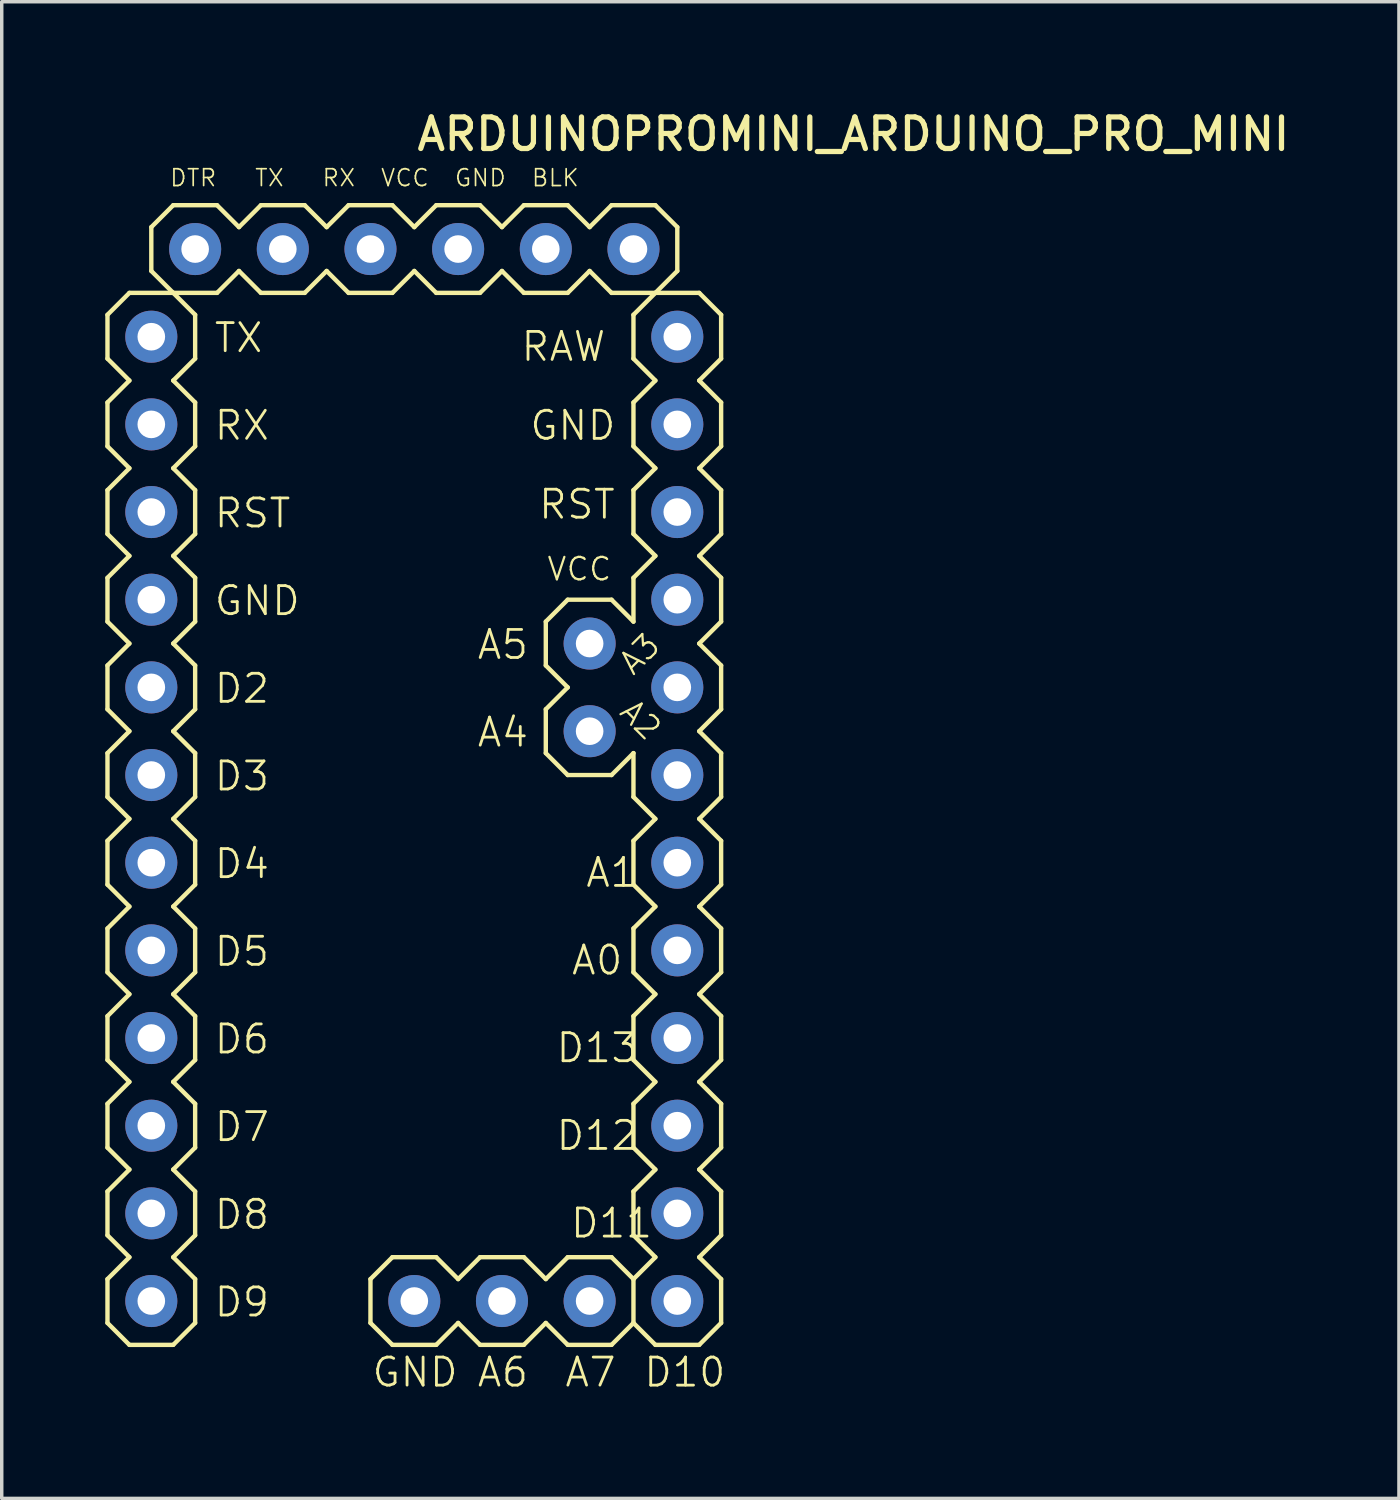
<source format=kicad_pcb>
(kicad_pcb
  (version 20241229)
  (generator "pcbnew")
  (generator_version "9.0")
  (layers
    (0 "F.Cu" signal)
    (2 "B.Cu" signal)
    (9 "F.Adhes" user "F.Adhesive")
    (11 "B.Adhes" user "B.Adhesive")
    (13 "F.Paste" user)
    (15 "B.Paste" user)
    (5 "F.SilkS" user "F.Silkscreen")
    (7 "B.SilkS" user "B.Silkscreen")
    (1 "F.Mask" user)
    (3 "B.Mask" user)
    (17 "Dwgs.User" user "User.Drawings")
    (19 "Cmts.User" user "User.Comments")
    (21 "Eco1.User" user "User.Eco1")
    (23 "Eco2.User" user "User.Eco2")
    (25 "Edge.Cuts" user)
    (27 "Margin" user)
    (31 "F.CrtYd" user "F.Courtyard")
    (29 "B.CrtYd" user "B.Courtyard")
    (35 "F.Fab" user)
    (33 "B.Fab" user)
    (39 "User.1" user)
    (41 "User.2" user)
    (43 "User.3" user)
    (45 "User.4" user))
  (footprint "ARDUINOPROMINI_ARDUINO_PRO_MINI"
    (layer "F.Cu")
    (at 5.144 15.596)
    (property "Reference" "ARDUINOPROMINI_ARDUINO_PRO_MINI" (at 3.81 -14.224 0) (unlocked yes) (layer "F.SilkS") (effects (font (size 0.914 0.914) (thickness 0.152)) (justify left bottom)))
    (fp_line (start -5.08 -9.525) (end -5.08 -8.255) (stroke (width 0.127) (type default)) (layer "F.SilkS"))
    (fp_line (start -5.08 -8.255) (end -4.445 -7.62) (stroke (width 0.127) (type default)) (layer "F.SilkS"))
    (fp_line (start -5.08 -6.985) (end -5.08 -5.715) (stroke (width 0.127) (type default)) (layer "F.SilkS"))
    (fp_line (start -5.08 -5.715) (end -4.445 -5.08) (stroke (width 0.127) (type default)) (layer "F.SilkS"))
    (fp_line (start -5.08 -4.445) (end -5.08 -3.175) (stroke (width 0.127) (type default)) (layer "F.SilkS"))
    (fp_line (start -5.08 -3.175) (end -4.445 -2.54) (stroke (width 0.127) (type default)) (layer "F.SilkS"))
    (fp_line (start -5.08 -1.905) (end -5.08 -0.635) (stroke (width 0.127) (type default)) (layer "F.SilkS"))
    (fp_line (start -5.08 -0.635) (end -4.445 0) (stroke (width 0.127) (type default)) (layer "F.SilkS"))
    (fp_line (start -5.08 0.635) (end -5.08 1.905) (stroke (width 0.127) (type default)) (layer "F.SilkS"))
    (fp_line (start -5.08 1.905) (end -4.445 2.54) (stroke (width 0.127) (type default)) (layer "F.SilkS"))
    (fp_line (start -5.08 3.175) (end -5.08 4.445) (stroke (width 0.127) (type default)) (layer "F.SilkS"))
    (fp_line (start -5.08 4.445) (end -4.445 5.08) (stroke (width 0.127) (type default)) (layer "F.SilkS"))
    (fp_line (start -5.08 5.715) (end -5.08 6.985) (stroke (width 0.127) (type default)) (layer "F.SilkS"))
    (fp_line (start -5.08 6.985) (end -4.445 7.62) (stroke (width 0.127) (type default)) (layer "F.SilkS"))
    (fp_line (start -5.08 8.255) (end -5.08 9.525) (stroke (width 0.127) (type default)) (layer "F.SilkS"))
    (fp_line (start -5.08 9.525) (end -4.445 10.16) (stroke (width 0.127) (type default)) (layer "F.SilkS"))
    (fp_line (start -5.08 10.795) (end -5.08 12.065) (stroke (width 0.127) (type default)) (layer "F.SilkS"))
    (fp_line (start -5.08 12.065) (end -4.445 12.7) (stroke (width 0.127) (type default)) (layer "F.SilkS"))
    (fp_line (start -5.08 13.335) (end -5.08 14.605) (stroke (width 0.127) (type default)) (layer "F.SilkS"))
    (fp_line (start -5.08 14.605) (end -4.445 15.24) (stroke (width 0.127) (type default)) (layer "F.SilkS"))
    (fp_line (start -5.08 15.875) (end -5.08 17.145) (stroke (width 0.127) (type default)) (layer "F.SilkS"))
    (fp_line (start -5.08 17.145) (end -4.445 17.78) (stroke (width 0.127) (type default)) (layer "F.SilkS"))
    (fp_line (start -5.08 18.415) (end -5.08 19.685) (stroke (width 0.127) (type default)) (layer "F.SilkS"))
    (fp_line (start -5.08 19.685) (end -4.445 20.32) (stroke (width 0.127) (type default)) (layer "F.SilkS"))
    (fp_line (start -4.445 -10.16) (end -5.08 -9.525) (stroke (width 0.127) (type default)) (layer "F.SilkS"))
    (fp_line (start -4.445 -7.62) (end -5.08 -6.985) (stroke (width 0.127) (type default)) (layer "F.SilkS"))
    (fp_line (start -4.445 -5.08) (end -5.08 -4.445) (stroke (width 0.127) (type default)) (layer "F.SilkS"))
    (fp_line (start -4.445 -2.54) (end -5.08 -1.905) (stroke (width 0.127) (type default)) (layer "F.SilkS"))
    (fp_line (start -4.445 0) (end -5.08 0.635) (stroke (width 0.127) (type default)) (layer "F.SilkS"))
    (fp_line (start -4.445 2.54) (end -5.08 3.175) (stroke (width 0.127) (type default)) (layer "F.SilkS"))
    (fp_line (start -4.445 5.08) (end -5.08 5.715) (stroke (width 0.127) (type default)) (layer "F.SilkS"))
    (fp_line (start -4.445 7.62) (end -5.08 8.255) (stroke (width 0.127) (type default)) (layer "F.SilkS"))
    (fp_line (start -4.445 10.16) (end -5.08 10.795) (stroke (width 0.127) (type default)) (layer "F.SilkS"))
    (fp_line (start -4.445 12.7) (end -5.08 13.335) (stroke (width 0.127) (type default)) (layer "F.SilkS"))
    (fp_line (start -4.445 15.24) (end -5.08 15.875) (stroke (width 0.127) (type default)) (layer "F.SilkS"))
    (fp_line (start -4.445 17.78) (end -5.08 18.415) (stroke (width 0.127) (type default)) (layer "F.SilkS"))
    (fp_line (start -4.445 20.32) (end -3.175 20.32) (stroke (width 0.127) (type default)) (layer "F.SilkS"))
    (fp_line (start -3.81 -12.065) (end -3.81 -10.795) (stroke (width 0.127) (type default)) (layer "F.SilkS"))
    (fp_line (start -3.81 -10.795) (end -3.175 -10.16) (stroke (width 0.127) (type default)) (layer "F.SilkS"))
    (fp_line (start -3.175 -12.7) (end -3.81 -12.065) (stroke (width 0.127) (type default)) (layer "F.SilkS"))
    (fp_line (start -3.175 -10.16) (end -4.445 -10.16) (stroke (width 0.127) (type default)) (layer "F.SilkS"))
    (fp_line (start -3.175 -10.16) (end -1.905 -10.16) (stroke (width 0.127) (type default)) (layer "F.SilkS"))
    (fp_line (start -3.175 -7.62) (end -2.54 -8.255) (stroke (width 0.127) (type default)) (layer "F.SilkS"))
    (fp_line (start -3.175 -5.08) (end -2.54 -5.715) (stroke (width 0.127) (type default)) (layer "F.SilkS"))
    (fp_line (start -3.175 -2.54) (end -2.54 -3.175) (stroke (width 0.127) (type default)) (layer "F.SilkS"))
    (fp_line (start -3.175 0) (end -2.54 -0.635) (stroke (width 0.127) (type default)) (layer "F.SilkS"))
    (fp_line (start -3.175 2.54) (end -2.54 1.905) (stroke (width 0.127) (type default)) (layer "F.SilkS"))
    (fp_line (start -3.175 5.08) (end -2.54 4.445) (stroke (width 0.127) (type default)) (layer "F.SilkS"))
    (fp_line (start -3.175 7.62) (end -2.54 6.985) (stroke (width 0.127) (type default)) (layer "F.SilkS"))
    (fp_line (start -3.175 10.16) (end -2.54 9.525) (stroke (width 0.127) (type default)) (layer "F.SilkS"))
    (fp_line (start -3.175 12.7) (end -2.54 12.065) (stroke (width 0.127) (type default)) (layer "F.SilkS"))
    (fp_line (start -3.175 15.24) (end -2.54 14.605) (stroke (width 0.127) (type default)) (layer "F.SilkS"))
    (fp_line (start -3.175 17.78) (end -2.54 17.145) (stroke (width 0.127) (type default)) (layer "F.SilkS"))
    (fp_line (start -3.175 20.32) (end -2.54 19.685) (stroke (width 0.127) (type default)) (layer "F.SilkS"))
    (fp_line (start -2.54 -9.525) (end -3.175 -10.16) (stroke (width 0.127) (type default)) (layer "F.SilkS"))
    (fp_line (start -2.54 -8.255) (end -2.54 -9.525) (stroke (width 0.127) (type default)) (layer "F.SilkS"))
    (fp_line (start -2.54 -6.985) (end -3.175 -7.62) (stroke (width 0.127) (type default)) (layer "F.SilkS"))
    (fp_line (start -2.54 -5.715) (end -2.54 -6.985) (stroke (width 0.127) (type default)) (layer "F.SilkS"))
    (fp_line (start -2.54 -4.445) (end -3.175 -5.08) (stroke (width 0.127) (type default)) (layer "F.SilkS"))
    (fp_line (start -2.54 -3.175) (end -2.54 -4.445) (stroke (width 0.127) (type default)) (layer "F.SilkS"))
    (fp_line (start -2.54 -1.905) (end -3.175 -2.54) (stroke (width 0.127) (type default)) (layer "F.SilkS"))
    (fp_line (start -2.54 -0.635) (end -2.54 -1.905) (stroke (width 0.127) (type default)) (layer "F.SilkS"))
    (fp_line (start -2.54 0.635) (end -3.175 0) (stroke (width 0.127) (type default)) (layer "F.SilkS"))
    (fp_line (start -2.54 1.905) (end -2.54 0.635) (stroke (width 0.127) (type default)) (layer "F.SilkS"))
    (fp_line (start -2.54 3.175) (end -3.175 2.54) (stroke (width 0.127) (type default)) (layer "F.SilkS"))
    (fp_line (start -2.54 4.445) (end -2.54 3.175) (stroke (width 0.127) (type default)) (layer "F.SilkS"))
    (fp_line (start -2.54 5.715) (end -3.175 5.08) (stroke (width 0.127) (type default)) (layer "F.SilkS"))
    (fp_line (start -2.54 6.985) (end -2.54 5.715) (stroke (width 0.127) (type default)) (layer "F.SilkS"))
    (fp_line (start -2.54 8.255) (end -3.175 7.62) (stroke (width 0.127) (type default)) (layer "F.SilkS"))
    (fp_line (start -2.54 9.525) (end -2.54 8.255) (stroke (width 0.127) (type default)) (layer "F.SilkS"))
    (fp_line (start -2.54 10.795) (end -3.175 10.16) (stroke (width 0.127) (type default)) (layer "F.SilkS"))
    (fp_line (start -2.54 12.065) (end -2.54 10.795) (stroke (width 0.127) (type default)) (layer "F.SilkS"))
    (fp_line (start -2.54 13.335) (end -3.175 12.7) (stroke (width 0.127) (type default)) (layer "F.SilkS"))
    (fp_line (start -2.54 14.605) (end -2.54 13.335) (stroke (width 0.127) (type default)) (layer "F.SilkS"))
    (fp_line (start -2.54 15.875) (end -3.175 15.24) (stroke (width 0.127) (type default)) (layer "F.SilkS"))
    (fp_line (start -2.54 17.145) (end -2.54 15.875) (stroke (width 0.127) (type default)) (layer "F.SilkS"))
    (fp_line (start -2.54 18.415) (end -3.175 17.78) (stroke (width 0.127) (type default)) (layer "F.SilkS"))
    (fp_line (start -2.54 19.685) (end -2.54 18.415) (stroke (width 0.127) (type default)) (layer "F.SilkS"))
    (fp_line (start -1.905 -12.7) (end -3.175 -12.7) (stroke (width 0.127) (type default)) (layer "F.SilkS"))
    (fp_line (start -1.905 -10.16) (end -1.27 -10.795) (stroke (width 0.127) (type default)) (layer "F.SilkS"))
    (fp_line (start -1.27 -12.065) (end -1.905 -12.7) (stroke (width 0.127) (type default)) (layer "F.SilkS"))
    (fp_line (start -1.27 -10.795) (end -0.635 -10.16) (stroke (width 0.127) (type default)) (layer "F.SilkS"))
    (fp_line (start -0.635 -12.7) (end -1.27 -12.065) (stroke (width 0.127) (type default)) (layer "F.SilkS"))
    (fp_line (start -0.635 -10.16) (end 0.635 -10.16) (stroke (width 0.127) (type default)) (layer "F.SilkS"))
    (fp_line (start 0.635 -12.7) (end -0.635 -12.7) (stroke (width 0.127) (type default)) (layer "F.SilkS"))
    (fp_line (start 0.635 -10.16) (end 1.27 -10.795) (stroke (width 0.127) (type default)) (layer "F.SilkS"))
    (fp_line (start 1.27 -12.065) (end 0.635 -12.7) (stroke (width 0.127) (type default)) (layer "F.SilkS"))
    (fp_line (start 1.27 -10.795) (end 1.905 -10.16) (stroke (width 0.127) (type default)) (layer "F.SilkS"))
    (fp_line (start 1.905 -12.7) (end 1.27 -12.065) (stroke (width 0.127) (type default)) (layer "F.SilkS"))
    (fp_line (start 1.905 -10.16) (end 3.175 -10.16) (stroke (width 0.127) (type default)) (layer "F.SilkS"))
    (fp_line (start 2.54 18.415) (end 2.54 19.685) (stroke (width 0.127) (type default)) (layer "F.SilkS"))
    (fp_line (start 2.54 19.685) (end 3.175 20.32) (stroke (width 0.127) (type default)) (layer "F.SilkS"))
    (fp_line (start 3.175 -12.7) (end 1.905 -12.7) (stroke (width 0.127) (type default)) (layer "F.SilkS"))
    (fp_line (start 3.175 -10.16) (end 3.81 -10.795) (stroke (width 0.127) (type default)) (layer "F.SilkS"))
    (fp_line (start 3.175 17.78) (end 2.54 18.415) (stroke (width 0.127) (type default)) (layer "F.SilkS"))
    (fp_line (start 3.175 20.32) (end 4.445 20.32) (stroke (width 0.127) (type default)) (layer "F.SilkS"))
    (fp_line (start 3.81 -12.065) (end 3.175 -12.7) (stroke (width 0.127) (type default)) (layer "F.SilkS"))
    (fp_line (start 3.81 -10.795) (end 4.445 -10.16) (stroke (width 0.127) (type default)) (layer "F.SilkS"))
    (fp_line (start 4.445 -12.7) (end 3.81 -12.065) (stroke (width 0.127) (type default)) (layer "F.SilkS"))
    (fp_line (start 4.445 -10.16) (end 5.715 -10.16) (stroke (width 0.127) (type default)) (layer "F.SilkS"))
    (fp_line (start 4.445 17.78) (end 3.175 17.78) (stroke (width 0.127) (type default)) (layer "F.SilkS"))
    (fp_line (start 4.445 20.32) (end 5.08 19.685) (stroke (width 0.127) (type default)) (layer "F.SilkS"))
    (fp_line (start 5.08 18.415) (end 4.445 17.78) (stroke (width 0.127) (type default)) (layer "F.SilkS"))
    (fp_line (start 5.08 19.685) (end 5.715 20.32) (stroke (width 0.127) (type default)) (layer "F.SilkS"))
    (fp_line (start 5.715 -12.7) (end 4.445 -12.7) (stroke (width 0.127) (type default)) (layer "F.SilkS"))
    (fp_line (start 5.715 -10.16) (end 6.35 -10.795) (stroke (width 0.127) (type default)) (layer "F.SilkS"))
    (fp_line (start 5.715 17.78) (end 5.08 18.415) (stroke (width 0.127) (type default)) (layer "F.SilkS"))
    (fp_line (start 5.715 20.32) (end 6.985 20.32) (stroke (width 0.127) (type default)) (layer "F.SilkS"))
    (fp_line (start 6.35 -12.065) (end 5.715 -12.7) (stroke (width 0.127) (type default)) (layer "F.SilkS"))
    (fp_line (start 6.35 -10.795) (end 6.985 -10.16) (stroke (width 0.127) (type default)) (layer "F.SilkS"))
    (fp_line (start 6.985 -12.7) (end 6.35 -12.065) (stroke (width 0.127) (type default)) (layer "F.SilkS"))
    (fp_line (start 6.985 -10.16) (end 8.255 -10.16) (stroke (width 0.127) (type default)) (layer "F.SilkS"))
    (fp_line (start 6.985 17.78) (end 5.715 17.78) (stroke (width 0.127) (type default)) (layer "F.SilkS"))
    (fp_line (start 6.985 20.32) (end 7.62 19.685) (stroke (width 0.127) (type default)) (layer "F.SilkS"))
    (fp_line (start 7.62 -0.635) (end 7.62 0.635) (stroke (width 0.127) (type default)) (layer "F.SilkS"))
    (fp_line (start 7.62 0.635) (end 8.255 1.27) (stroke (width 0.127) (type default)) (layer "F.SilkS"))
    (fp_line (start 7.62 1.905) (end 7.62 3.175) (stroke (width 0.127) (type default)) (layer "F.SilkS"))
    (fp_line (start 7.62 3.175) (end 8.255 3.81) (stroke (width 0.127) (type default)) (layer "F.SilkS"))
    (fp_line (start 7.62 18.415) (end 6.985 17.78) (stroke (width 0.127) (type default)) (layer "F.SilkS"))
    (fp_line (start 7.62 19.685) (end 8.255 20.32) (stroke (width 0.127) (type default)) (layer "F.SilkS"))
    (fp_line (start 8.255 -12.7) (end 6.985 -12.7) (stroke (width 0.127) (type default)) (layer "F.SilkS"))
    (fp_line (start 8.255 -10.16) (end 8.89 -10.795) (stroke (width 0.127) (type default)) (layer "F.SilkS"))
    (fp_line (start 8.255 -1.27) (end 7.62 -0.635) (stroke (width 0.127) (type default)) (layer "F.SilkS"))
    (fp_line (start 8.255 1.27) (end 7.62 1.905) (stroke (width 0.127) (type default)) (layer "F.SilkS"))
    (fp_line (start 8.255 3.81) (end 9.525 3.81) (stroke (width 0.127) (type default)) (layer "F.SilkS"))
    (fp_line (start 8.255 17.78) (end 7.62 18.415) (stroke (width 0.127) (type default)) (layer "F.SilkS"))
    (fp_line (start 8.255 20.32) (end 9.525 20.32) (stroke (width 0.127) (type default)) (layer "F.SilkS"))
    (fp_line (start 8.89 -12.065) (end 8.255 -12.7) (stroke (width 0.127) (type default)) (layer "F.SilkS"))
    (fp_line (start 8.89 -10.795) (end 9.525 -10.16) (stroke (width 0.127) (type default)) (layer "F.SilkS"))
    (fp_line (start 9.525 -12.7) (end 8.89 -12.065) (stroke (width 0.127) (type default)) (layer "F.SilkS"))
    (fp_line (start 9.525 -10.16) (end 10.795 -10.16) (stroke (width 0.127) (type default)) (layer "F.SilkS"))
    (fp_line (start 9.525 -1.27) (end 8.255 -1.27) (stroke (width 0.127) (type default)) (layer "F.SilkS"))
    (fp_line (start 9.525 3.81) (end 10.16 3.175) (stroke (width 0.127) (type default)) (layer "F.SilkS"))
    (fp_line (start 9.525 17.78) (end 8.255 17.78) (stroke (width 0.127) (type default)) (layer "F.SilkS"))
    (fp_line (start 9.525 20.32) (end 10.16 19.685) (stroke (width 0.127) (type default)) (layer "F.SilkS"))
    (fp_line (start 10.16 -9.525) (end 10.16 -8.255) (stroke (width 0.127) (type default)) (layer "F.SilkS"))
    (fp_line (start 10.16 -8.255) (end 10.795 -7.62) (stroke (width 0.127) (type default)) (layer "F.SilkS"))
    (fp_line (start 10.16 -6.985) (end 10.16 -5.715) (stroke (width 0.127) (type default)) (layer "F.SilkS"))
    (fp_line (start 10.16 -5.715) (end 10.795 -5.08) (stroke (width 0.127) (type default)) (layer "F.SilkS"))
    (fp_line (start 10.16 -4.445) (end 10.16 -3.175) (stroke (width 0.127) (type default)) (layer "F.SilkS"))
    (fp_line (start 10.16 -3.175) (end 10.795 -2.54) (stroke (width 0.127) (type default)) (layer "F.SilkS"))
    (fp_line (start 10.16 -1.905) (end 10.16 -0.635) (stroke (width 0.127) (type default)) (layer "F.SilkS"))
    (fp_line (start 10.16 -0.635) (end 9.525 -1.27) (stroke (width 0.127) (type default)) (layer "F.SilkS"))
    (fp_line (start 10.16 3.175) (end 10.16 4.445) (stroke (width 0.127) (type default)) (layer "F.SilkS"))
    (fp_line (start 10.16 4.445) (end 10.795 5.08) (stroke (width 0.127) (type default)) (layer "F.SilkS"))
    (fp_line (start 10.16 5.715) (end 10.16 6.985) (stroke (width 0.127) (type default)) (layer "F.SilkS"))
    (fp_line (start 10.16 6.985) (end 10.795 7.62) (stroke (width 0.127) (type default)) (layer "F.SilkS"))
    (fp_line (start 10.16 8.255) (end 10.16 9.525) (stroke (width 0.127) (type default)) (layer "F.SilkS"))
    (fp_line (start 10.16 9.525) (end 10.795 10.16) (stroke (width 0.127) (type default)) (layer "F.SilkS"))
    (fp_line (start 10.16 10.795) (end 10.16 12.065) (stroke (width 0.127) (type default)) (layer "F.SilkS"))
    (fp_line (start 10.16 12.065) (end 10.795 12.7) (stroke (width 0.127) (type default)) (layer "F.SilkS"))
    (fp_line (start 10.16 13.335) (end 10.16 14.605) (stroke (width 0.127) (type default)) (layer "F.SilkS"))
    (fp_line (start 10.16 14.605) (end 10.795 15.24) (stroke (width 0.127) (type default)) (layer "F.SilkS"))
    (fp_line (start 10.16 15.875) (end 10.16 17.145) (stroke (width 0.127) (type default)) (layer "F.SilkS"))
    (fp_line (start 10.16 17.145) (end 10.795 17.78) (stroke (width 0.127) (type default)) (layer "F.SilkS"))
    (fp_line (start 10.16 18.415) (end 9.525 17.78) (stroke (width 0.127) (type default)) (layer "F.SilkS"))
    (fp_line (start 10.16 18.415) (end 10.16 19.685) (stroke (width 0.127) (type default)) (layer "F.SilkS"))
    (fp_line (start 10.16 19.685) (end 10.795 20.32) (stroke (width 0.127) (type default)) (layer "F.SilkS"))
    (fp_line (start 10.795 -12.7) (end 9.525 -12.7) (stroke (width 0.127) (type default)) (layer "F.SilkS"))
    (fp_line (start 10.795 -10.16) (end 10.16 -9.525) (stroke (width 0.127) (type default)) (layer "F.SilkS"))
    (fp_line (start 10.795 -10.16) (end 11.43 -10.795) (stroke (width 0.127) (type default)) (layer "F.SilkS"))
    (fp_line (start 10.795 -7.62) (end 10.16 -6.985) (stroke (width 0.127) (type default)) (layer "F.SilkS"))
    (fp_line (start 10.795 -5.08) (end 10.16 -4.445) (stroke (width 0.127) (type default)) (layer "F.SilkS"))
    (fp_line (start 10.795 -2.54) (end 10.16 -1.905) (stroke (width 0.127) (type default)) (layer "F.SilkS"))
    (fp_line (start 10.795 5.08) (end 10.16 5.715) (stroke (width 0.127) (type default)) (layer "F.SilkS"))
    (fp_line (start 10.795 7.62) (end 10.16 8.255) (stroke (width 0.127) (type default)) (layer "F.SilkS"))
    (fp_line (start 10.795 10.16) (end 10.16 10.795) (stroke (width 0.127) (type default)) (layer "F.SilkS"))
    (fp_line (start 10.795 12.7) (end 10.16 13.335) (stroke (width 0.127) (type default)) (layer "F.SilkS"))
    (fp_line (start 10.795 15.24) (end 10.16 15.875) (stroke (width 0.127) (type default)) (layer "F.SilkS"))
    (fp_line (start 10.795 17.78) (end 10.16 18.415) (stroke (width 0.127) (type default)) (layer "F.SilkS"))
    (fp_line (start 10.795 20.32) (end 12.065 20.32) (stroke (width 0.127) (type default)) (layer "F.SilkS"))
    (fp_line (start 11.43 -12.065) (end 10.795 -12.7) (stroke (width 0.127) (type default)) (layer "F.SilkS"))
    (fp_line (start 11.43 -10.795) (end 11.43 -12.065) (stroke (width 0.127) (type default)) (layer "F.SilkS"))
    (fp_line (start 12.065 -10.16) (end 10.795 -10.16) (stroke (width 0.127) (type default)) (layer "F.SilkS"))
    (fp_line (start 12.065 -7.62) (end 12.7 -8.255) (stroke (width 0.127) (type default)) (layer "F.SilkS"))
    (fp_line (start 12.065 -5.08) (end 12.7 -5.715) (stroke (width 0.127) (type default)) (layer "F.SilkS"))
    (fp_line (start 12.065 -2.54) (end 12.7 -3.175) (stroke (width 0.127) (type default)) (layer "F.SilkS"))
    (fp_line (start 12.065 0) (end 12.7 -0.635) (stroke (width 0.127) (type default)) (layer "F.SilkS"))
    (fp_line (start 12.065 2.54) (end 12.7 1.905) (stroke (width 0.127) (type default)) (layer "F.SilkS"))
    (fp_line (start 12.065 5.08) (end 12.7 4.445) (stroke (width 0.127) (type default)) (layer "F.SilkS"))
    (fp_line (start 12.065 7.62) (end 12.7 6.985) (stroke (width 0.127) (type default)) (layer "F.SilkS"))
    (fp_line (start 12.065 10.16) (end 12.7 9.525) (stroke (width 0.127) (type default)) (layer "F.SilkS"))
    (fp_line (start 12.065 12.7) (end 12.7 12.065) (stroke (width 0.127) (type default)) (layer "F.SilkS"))
    (fp_line (start 12.065 15.24) (end 12.7 14.605) (stroke (width 0.127) (type default)) (layer "F.SilkS"))
    (fp_line (start 12.065 17.78) (end 12.7 17.145) (stroke (width 0.127) (type default)) (layer "F.SilkS"))
    (fp_line (start 12.065 20.32) (end 12.7 19.685) (stroke (width 0.127) (type default)) (layer "F.SilkS"))
    (fp_line (start 12.7 -9.525) (end 12.065 -10.16) (stroke (width 0.127) (type default)) (layer "F.SilkS"))
    (fp_line (start 12.7 -8.255) (end 12.7 -9.525) (stroke (width 0.127) (type default)) (layer "F.SilkS"))
    (fp_line (start 12.7 -6.985) (end 12.065 -7.62) (stroke (width 0.127) (type default)) (layer "F.SilkS"))
    (fp_line (start 12.7 -5.715) (end 12.7 -6.985) (stroke (width 0.127) (type default)) (layer "F.SilkS"))
    (fp_line (start 12.7 -4.445) (end 12.065 -5.08) (stroke (width 0.127) (type default)) (layer "F.SilkS"))
    (fp_line (start 12.7 -3.175) (end 12.7 -4.445) (stroke (width 0.127) (type default)) (layer "F.SilkS"))
    (fp_line (start 12.7 -1.905) (end 12.065 -2.54) (stroke (width 0.127) (type default)) (layer "F.SilkS"))
    (fp_line (start 12.7 -0.635) (end 12.7 -1.905) (stroke (width 0.127) (type default)) (layer "F.SilkS"))
    (fp_line (start 12.7 0.635) (end 12.065 0) (stroke (width 0.127) (type default)) (layer "F.SilkS"))
    (fp_line (start 12.7 1.905) (end 12.7 0.635) (stroke (width 0.127) (type default)) (layer "F.SilkS"))
    (fp_line (start 12.7 3.175) (end 12.065 2.54) (stroke (width 0.127) (type default)) (layer "F.SilkS"))
    (fp_line (start 12.7 4.445) (end 12.7 3.175) (stroke (width 0.127) (type default)) (layer "F.SilkS"))
    (fp_line (start 12.7 5.715) (end 12.065 5.08) (stroke (width 0.127) (type default)) (layer "F.SilkS"))
    (fp_line (start 12.7 6.985) (end 12.7 5.715) (stroke (width 0.127) (type default)) (layer "F.SilkS"))
    (fp_line (start 12.7 8.255) (end 12.065 7.62) (stroke (width 0.127) (type default)) (layer "F.SilkS"))
    (fp_line (start 12.7 9.525) (end 12.7 8.255) (stroke (width 0.127) (type default)) (layer "F.SilkS"))
    (fp_line (start 12.7 10.795) (end 12.065 10.16) (stroke (width 0.127) (type default)) (layer "F.SilkS"))
    (fp_line (start 12.7 12.065) (end 12.7 10.795) (stroke (width 0.127) (type default)) (layer "F.SilkS"))
    (fp_line (start 12.7 13.335) (end 12.065 12.7) (stroke (width 0.127) (type default)) (layer "F.SilkS"))
    (fp_line (start 12.7 14.605) (end 12.7 13.335) (stroke (width 0.127) (type default)) (layer "F.SilkS"))
    (fp_line (start 12.7 15.875) (end 12.065 15.24) (stroke (width 0.127) (type default)) (layer "F.SilkS"))
    (fp_line (start 12.7 17.145) (end 12.7 15.875) (stroke (width 0.127) (type default)) (layer "F.SilkS"))
    (fp_line (start 12.7 18.415) (end 12.065 17.78) (stroke (width 0.127) (type default)) (layer "F.SilkS"))
    (fp_line (start 12.7 19.685) (end 12.7 18.415) (stroke (width 0.127) (type default)) (layer "F.SilkS"))
    (fp_text user "D9" (at -2.032 19.558 0) (unlocked yes) (layer "F.SilkS") (effects (font (size 0.813 0.813) (thickness 0.081)) (justify left bottom)))
    (fp_text user "GND" (at 2.54 21.59 0) (unlocked yes) (layer "F.SilkS") (effects (font (size 0.813 0.813) (thickness 0.081)) (justify left bottom)))
    (fp_text user "TX" (at -2.032 -8.382 0) (unlocked yes) (layer "F.SilkS") (effects (font (size 0.813 0.813) (thickness 0.081)) (justify left bottom)))
    (fp_text user "RAW" (at 6.858 -8.128 0) (unlocked yes) (layer "F.SilkS") (effects (font (size 0.813 0.813) (thickness 0.081)) (justify left bottom)))
    (fp_text user "GND" (at -2.032 -0.762 0) (unlocked yes) (layer "F.SilkS") (effects (font (size 0.813 0.813) (thickness 0.081)) (justify left bottom)))
    (fp_text user "D2" (at -2.032 1.778 0) (unlocked yes) (layer "F.SilkS") (effects (font (size 0.813 0.813) (thickness 0.081)) (justify left bottom)))
    (fp_text user "D11" (at 8.291 17.272 0) (unlocked yes) (layer "F.SilkS") (effects (font (size 0.813 0.813) (thickness 0.081)) (justify left bottom)))
    (fp_text user "D8" (at -2.032 17.018 0) (unlocked yes) (layer "F.SilkS") (effects (font (size 0.813 0.813) (thickness 0.081)) (justify left bottom)))
    (fp_text user "D6" (at -2.032 11.938 0) (unlocked yes) (layer "F.SilkS") (effects (font (size 0.813 0.813) (thickness 0.081)) (justify left bottom)))
    (fp_text user "D10" (at 10.414 21.59 0) (unlocked yes) (layer "F.SilkS") (effects (font (size 0.813 0.813) (thickness 0.081)) (justify left bottom)))
    (fp_text user "RX" (at -2.032 -5.842 0) (unlocked yes) (layer "F.SilkS") (effects (font (size 0.813 0.813) (thickness 0.081)) (justify left bottom)))
    (fp_text user "RST" (at -2.032 -3.302 0) (unlocked yes) (layer "F.SilkS") (effects (font (size 0.813 0.813) (thickness 0.081)) (justify left bottom)))
    (fp_text user "A5" (at 5.588 0.508 0) (unlocked yes) (layer "F.SilkS") (effects (font (size 0.813 0.813) (thickness 0.081)) (justify left bottom)))
    (fp_text user "RST" (at 7.366 -3.556 0) (unlocked yes) (layer "F.SilkS") (effects (font (size 0.813 0.813) (thickness 0.081)) (justify left bottom)))
    (fp_text user "GND" (at 7.112 -5.842 0) (unlocked yes) (layer "F.SilkS") (effects (font (size 0.813 0.813) (thickness 0.081)) (justify left bottom)))
    (fp_text user "A7" (at 8.128 21.59 0) (unlocked yes) (layer "F.SilkS") (effects (font (size 0.813 0.813) (thickness 0.081)) (justify left bottom)))
    (fp_text user "VCC" (at 7.62 -1.778 0) (unlocked yes) (layer "F.SilkS") (effects (font (size 0.65 0.65) (thickness 0.065)) (justify left bottom)))
    (fp_text user "D5" (at -2.032 9.398 0) (unlocked yes) (layer "F.SilkS") (effects (font (size 0.813 0.813) (thickness 0.081)) (justify left bottom)))
    (fp_text user "A0" (at 8.319 9.652 0) (unlocked yes) (layer "F.SilkS") (effects (font (size 0.813 0.813) (thickness 0.081)) (justify left bottom)))
    (fp_text user "D3" (at -2.032 4.318 0) (unlocked yes) (layer "F.SilkS") (effects (font (size 0.813 0.813) (thickness 0.081)) (justify left bottom)))
    (fp_text user "A6" (at 5.588 21.59 0) (unlocked yes) (layer "F.SilkS") (effects (font (size 0.813 0.813) (thickness 0.081)) (justify left bottom)))
    (fp_text user "A3" (at 10.16 1.016 45) (unlocked yes) (layer "F.SilkS") (effects (font (size 0.65 0.65) (thickness 0.065)) (justify left bottom)))
    (fp_text user "DTR   TX   RX  VCC  GND  BLK" (at -3.302 -13.208 0) (unlocked yes) (layer "F.SilkS") (effects (font (size 0.488 0.488) (thickness 0.049)) (justify left bottom)))
    (fp_text user "D7" (at -2.032 14.478 0) (unlocked yes) (layer "F.SilkS") (effects (font (size 0.813 0.813) (thickness 0.081)) (justify left bottom)))
    (fp_text user "A4" (at 5.588 3.048 0) (unlocked yes) (layer "F.SilkS") (effects (font (size 0.813 0.813) (thickness 0.081)) (justify left bottom)))
    (fp_text user "D4" (at -2.032 6.858 0) (unlocked yes) (layer "F.SilkS") (effects (font (size 0.813 0.813) (thickness 0.081)) (justify left bottom)))
    (fp_text user "A2" (at 9.652 2.032 315) (unlocked yes) (layer "F.SilkS") (effects (font (size 0.65 0.65) (thickness 0.065)) (justify left bottom)))
    (fp_text user "A1" (at 8.732 7.112 0) (unlocked yes) (layer "F.SilkS") (effects (font (size 0.813 0.813) (thickness 0.081)) (justify left bottom)))
    (fp_text user "D13" (at 7.874 12.192 0) (unlocked yes) (layer "F.SilkS") (effects (font (size 0.813 0.813) (thickness 0.081)) (justify left bottom)))
    (fp_text user "D12" (at 7.874 14.732 0) (unlocked yes) (layer "F.SilkS") (effects (font (size 0.813 0.813) (thickness 0.081)) (justify left bottom)))
    (pad "A0" thru_hole oval (at 11.43 8.89) (size 1.508 1.508) (drill 0.8) (layers "*.Cu" "*.Mask"))
    (pad "A1" thru_hole oval (at 11.43 6.35) (size 1.508 1.508) (drill 0.8) (layers "*.Cu" "*.Mask"))
    (pad "A2" thru_hole oval (at 11.43 3.81) (size 1.508 1.508) (drill 0.8) (layers "*.Cu" "*.Mask"))
    (pad "A3" thru_hole oval (at 11.43 1.27) (size 1.508 1.508) (drill 0.8) (layers "*.Cu" "*.Mask"))
    (pad "A4" thru_hole oval (at 8.89 2.54) (size 1.508 1.508) (drill 0.8) (layers "*.Cu" "*.Mask"))
    (pad "A5" thru_hole oval (at 8.89 0) (size 1.508 1.508) (drill 0.8) (layers "*.Cu" "*.Mask"))
    (pad "A6" thru_hole oval (at 6.35 19.05) (size 1.508 1.508) (drill 0.8) (layers "*.Cu" "*.Mask"))
    (pad "A7" thru_hole oval (at 8.89 19.05) (size 1.508 1.508) (drill 0.8) (layers "*.Cu" "*.Mask"))
    (pad "BLK" thru_hole oval (at 10.16 -11.43 270) (size 1.508 1.508) (drill 0.8) (layers "*.Cu" "*.Mask"))
    (pad "D2" thru_hole oval (at -3.81 1.27) (size 1.508 1.508) (drill 0.8) (layers "*.Cu" "*.Mask"))
    (pad "D3" thru_hole oval (at -3.81 3.81) (size 1.508 1.508) (drill 0.8) (layers "*.Cu" "*.Mask"))
    (pad "D4" thru_hole oval (at -3.81 6.35) (size 1.508 1.508) (drill 0.8) (layers "*.Cu" "*.Mask"))
    (pad "D5" thru_hole oval (at -3.81 8.89) (size 1.508 1.508) (drill 0.8) (layers "*.Cu" "*.Mask"))
    (pad "D6" thru_hole oval (at -3.81 11.43) (size 1.508 1.508) (drill 0.8) (layers "*.Cu" "*.Mask"))
    (pad "D7" thru_hole oval (at -3.81 13.97) (size 1.508 1.508) (drill 0.8) (layers "*.Cu" "*.Mask"))
    (pad "D8" thru_hole oval (at -3.81 16.51) (size 1.508 1.508) (drill 0.8) (layers "*.Cu" "*.Mask"))
    (pad "D9" thru_hole oval (at -3.81 19.05) (size 1.508 1.508) (drill 0.8) (layers "*.Cu" "*.Mask"))
    (pad "D10" thru_hole oval (at 11.43 19.05) (size 1.508 1.508) (drill 0.8) (layers "*.Cu" "*.Mask"))
    (pad "D11" thru_hole oval (at 11.43 16.51) (size 1.508 1.508) (drill 0.8) (layers "*.Cu" "*.Mask"))
    (pad "D12" thru_hole oval (at 11.43 13.97) (size 1.508 1.508) (drill 0.8) (layers "*.Cu" "*.Mask"))
    (pad "D13" thru_hole oval (at 11.43 11.43) (size 1.508 1.508) (drill 0.8) (layers "*.Cu" "*.Mask"))
    (pad "DTR" thru_hole oval (at -2.54 -11.43) (size 1.508 1.508) (drill 0.8) (layers "*.Cu" "*.Mask"))
    (pad "GND" thru_hole oval (at -3.81 -1.27) (size 1.508 1.508) (drill 0.8) (layers "*.Cu" "*.Mask"))
    (pad "GND@1" thru_hole oval (at 11.43 -6.35) (size 1.508 1.508) (drill 0.8) (layers "*.Cu" "*.Mask"))
    (pad "GND@2" thru_hole oval (at 7.62 -11.43 270) (size 1.508 1.508) (drill 0.8) (layers "*.Cu" "*.Mask"))
    (pad "GND@3" thru_hole oval (at 3.81 19.05) (size 1.508 1.508) (drill 0.8) (layers "*.Cu" "*.Mask"))
    (pad "RAW" thru_hole oval (at 11.43 -8.89) (size 1.508 1.508) (drill 0.8) (layers "*.Cu" "*.Mask"))
    (pad "RST" thru_hole oval (at 11.43 -3.81) (size 1.508 1.508) (drill 0.8) (layers "*.Cu" "*.Mask"))
    (pad "RST@1" thru_hole oval (at -3.81 -3.81) (size 1.508 1.508) (drill 0.8) (layers "*.Cu" "*.Mask"))
    (pad "RX" thru_hole oval (at -3.81 -6.35) (size 1.508 1.508) (drill 0.8) (layers "*.Cu" "*.Mask"))
    (pad "RX@1" thru_hole oval (at 2.54 -11.43 270) (size 1.508 1.508) (drill 0.8) (layers "*.Cu" "*.Mask"))
    (pad "TX" thru_hole oval (at -3.81 -8.89) (size 1.508 1.508) (drill 0.8) (layers "*.Cu" "*.Mask"))
    (pad "TX@1" thru_hole oval (at 0 -11.43 270) (size 1.508 1.508) (drill 0.8) (layers "*.Cu" "*.Mask"))
    (pad "VCC" thru_hole oval (at 11.43 -1.27) (size 1.508 1.508) (drill 0.8) (layers "*.Cu" "*.Mask"))
    (pad "VCC@1" thru_hole oval (at 5.08 -11.43 270) (size 1.508 1.508) (drill 0.8) (layers "*.Cu" "*.Mask")))
  (gr_rect
    (start -3 -3)
    (end 37.483 40.365)
    (stroke (width 0.1) (type default))
    (fill no)
    (layer "Edge.Cuts")))
</source>
